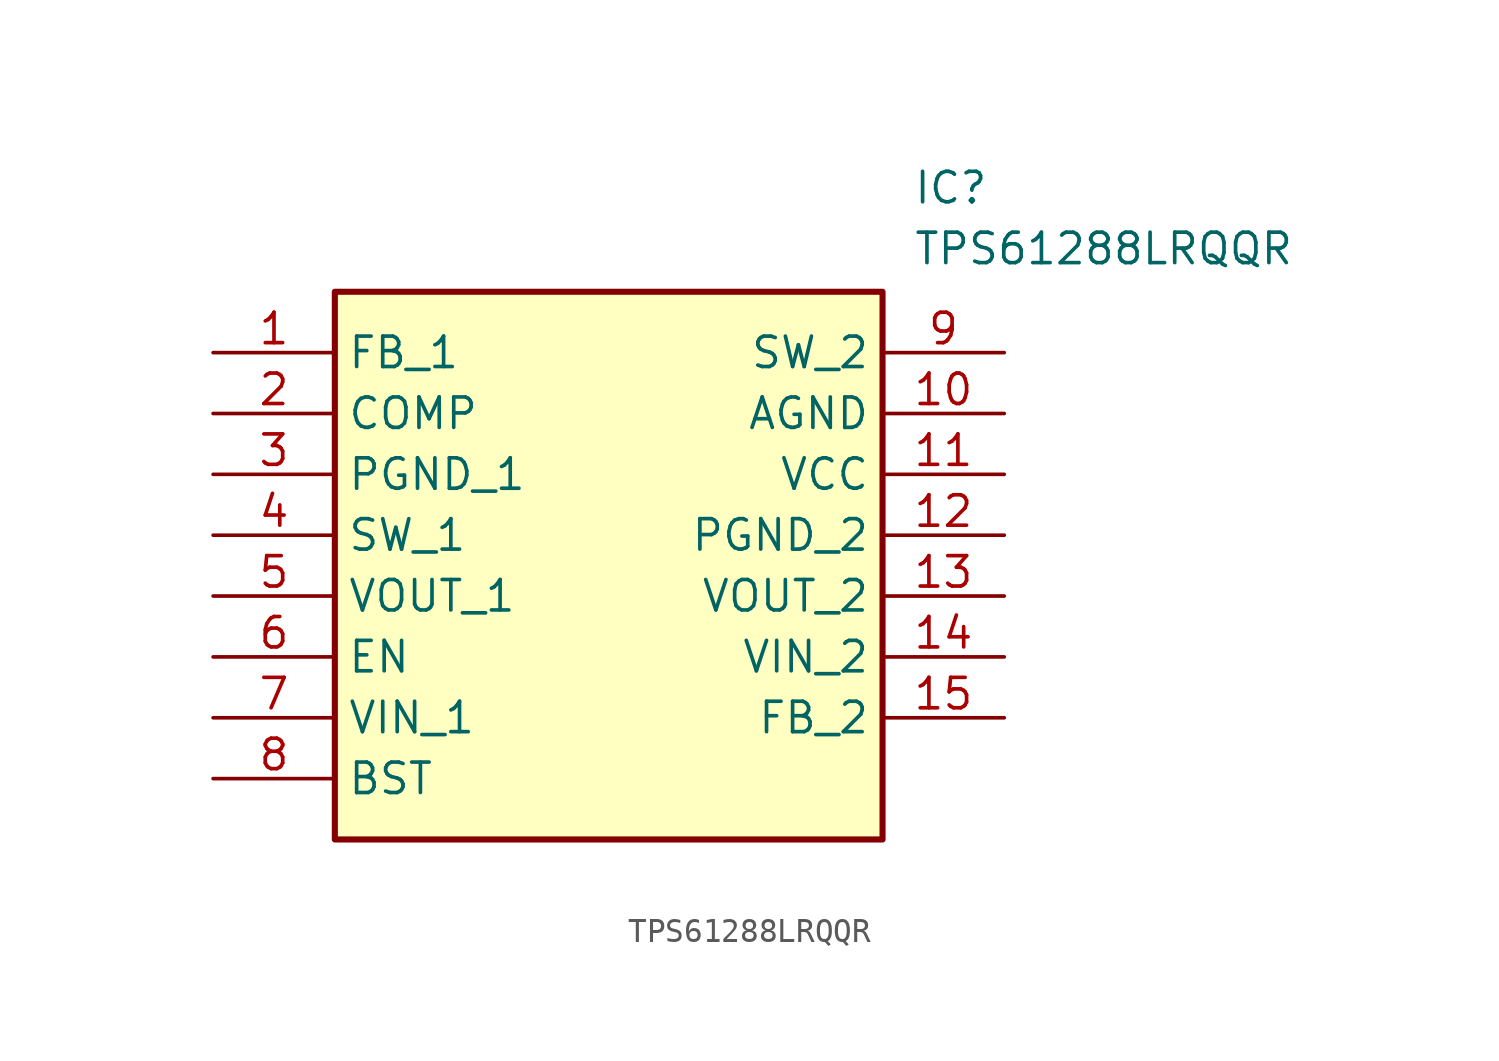
<source format=kicad_sym>
(kicad_symbol_lib
  (version 20211014)
  (generator SamacSys_ECAD_Model)
  (symbol "TPS61288LRQQR"
    (property "Reference" "IC"
      (at 29.21 7.62 0)
      (effects (font (size 1.27 1.27)) (justify left top)))
    (property "Value" "TPS61288LRQQR"
      (at 29.21 5.08 0)
      (effects (font (size 1.27 1.27)) (justify left top)))
    (rectangle
      (start 5.08 2.54)
      (end 27.94 -20.32)
      (stroke (width 0.254) (type default))
      (fill (type background)))
    (pin passive line
      (at 0 0 0)
      (length 5.08)
      (name "FB_1" (effects (font (size 1.27 1.27))))
      (number "1" (effects (font (size 1.27 1.27)))))
    (pin passive line
      (at 0 -2.54 0)
      (length 5.08)
      (name "COMP" (effects (font (size 1.27 1.27))))
      (number "2" (effects (font (size 1.27 1.27)))))
    (pin passive line
      (at 0 -5.08 0)
      (length 5.08)
      (name "PGND_1" (effects (font (size 1.27 1.27))))
      (number "3" (effects (font (size 1.27 1.27)))))
    (pin passive line
      (at 0 -7.62 0)
      (length 5.08)
      (name "SW_1" (effects (font (size 1.27 1.27))))
      (number "4" (effects (font (size 1.27 1.27)))))
    (pin passive line
      (at 0 -10.16 0)
      (length 5.08)
      (name "VOUT_1" (effects (font (size 1.27 1.27))))
      (number "5" (effects (font (size 1.27 1.27)))))
    (pin passive line
      (at 0 -12.7 0)
      (length 5.08)
      (name "EN" (effects (font (size 1.27 1.27))))
      (number "6" (effects (font (size 1.27 1.27)))))
    (pin passive line
      (at 0 -15.24 0)
      (length 5.08)
      (name "VIN_1" (effects (font (size 1.27 1.27))))
      (number "7" (effects (font (size 1.27 1.27)))))
    (pin passive line
      (at 0 -17.78 0)
      (length 5.08)
      (name "BST" (effects (font (size 1.27 1.27))))
      (number "8" (effects (font (size 1.27 1.27)))))
    (pin passive line
      (at 33.02 0 180)
      (length 5.08)
      (name "SW_2" (effects (font (size 1.27 1.27))))
      (number "9" (effects (font (size 1.27 1.27)))))
    (pin passive line
      (at 33.02 -2.54 180)
      (length 5.08)
      (name "AGND" (effects (font (size 1.27 1.27))))
      (number "10" (effects (font (size 1.27 1.27)))))
    (pin passive line
      (at 33.02 -5.08 180)
      (length 5.08)
      (name "VCC" (effects (font (size 1.27 1.27))))
      (number "11" (effects (font (size 1.27 1.27)))))
    (pin passive line
      (at 33.02 -7.62 180)
      (length 5.08)
      (name "PGND_2" (effects (font (size 1.27 1.27))))
      (number "12" (effects (font (size 1.27 1.27)))))
    (pin passive line
      (at 33.02 -10.16 180)
      (length 5.08)
      (name "VOUT_2" (effects (font (size 1.27 1.27))))
      (number "13" (effects (font (size 1.27 1.27)))))
    (pin passive line
      (at 33.02 -12.7 180)
      (length 5.08)
      (name "VIN_2" (effects (font (size 1.27 1.27))))
      (number "14" (effects (font (size 1.27 1.27)))))
    (pin passive line
      (at 33.02 -15.24 180)
      (length 5.08)
      (name "FB_2" (effects (font (size 1.27 1.27))))
      (number "15" (effects (font (size 1.27 1.27)))))))
</source>
